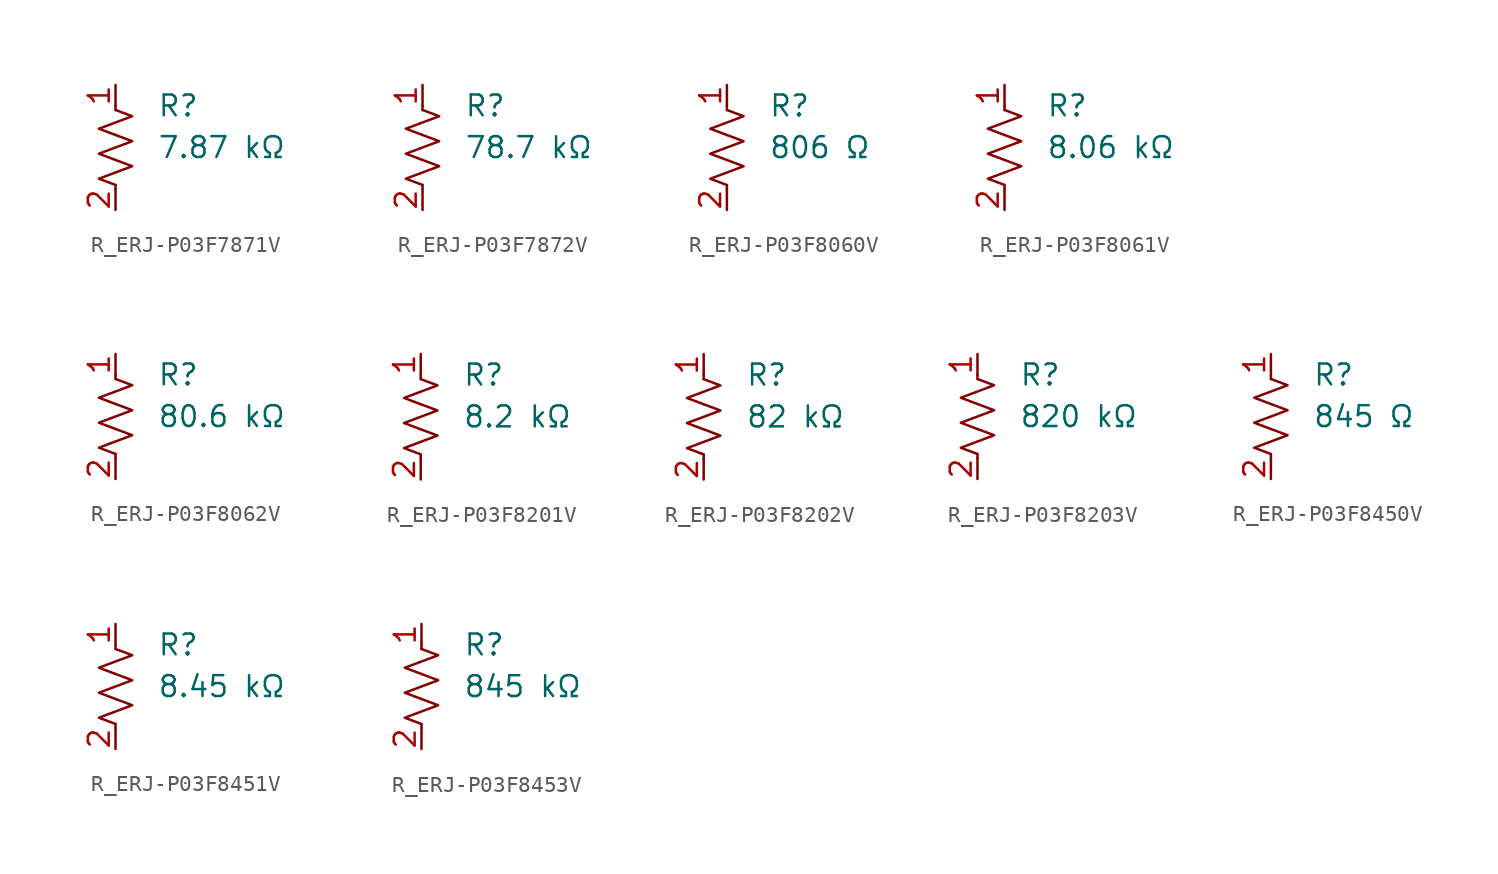
<source format=kicad_sym>
(kicad_symbol_lib
  (version 20231120)
  (generator "kicad_symbol_editor")
  (generator_version "8.0")
  (symbol "R_ERJ-P03F7871V"
    (pin_names
      (offset 0.254))
    (property "Value" "7.87 kΩ"
      (at 2.54 0 0)
      (effects (font (size 1.27 1.27)) (justify left)))
    (property "Reference" "R"
      (at 2.54 2.54 0)
      (effects (font (size 1.27 1.27)) (justify left)))
    (symbol "R_ERJ-P03F7871V_0_1"
      (polyline (pts (xy 0 -2.286) (xy 0 -2.54)) (stroke (width 0) (type default)) (fill (type none)))
      (polyline (pts (xy 0 2.286) (xy 0 2.54)) (stroke (width 0) (type default)) (fill (type none)))
      (polyline (pts (xy 0 -0.762) (xy 1.016 -1.143) (xy 0 -1.524) (xy -1.016 -1.905) (xy 0 -2.286)) (stroke (width 0) (type default)) (fill (type none)))
      (polyline (pts (xy 0 0.762) (xy 1.016 0.381) (xy 0 0) (xy -1.016 -0.381) (xy 0 -0.762)) (stroke (width 0) (type default)) (fill (type none)))
      (polyline (pts (xy 0 2.286) (xy 1.016 1.905) (xy 0 1.524) (xy -1.016 1.143) (xy 0 0.762)) (stroke (width 0) (type default)) (fill (type none))))
    (symbol "R_ERJ-P03F7871V_1_1"
      (pin passive line (at 0 3.81 270) (length 1.27) (name "~" (effects (font (size 1.27 1.27)))) (number "1" (effects (font (size 1.27 1.27)))))
      (pin passive line (at 0 -3.81 90) (length 1.27) (name "~" (effects (font (size 1.27 1.27)))) (number "2" (effects (font (size 1.27 1.27)))))))
  (symbol "R_ERJ-P03F7872V"
    (pin_names
      (offset 0.254))
    (property "Value" "78.7 kΩ"
      (at 2.54 0 0)
      (effects (font (size 1.27 1.27)) (justify left)))
    (property "Reference" "R"
      (at 2.54 2.54 0)
      (effects (font (size 1.27 1.27)) (justify left)))
    (symbol "R_ERJ-P03F7872V_0_1"
      (polyline (pts (xy 0 -2.286) (xy 0 -2.54)) (stroke (width 0) (type default)) (fill (type none)))
      (polyline (pts (xy 0 2.286) (xy 0 2.54)) (stroke (width 0) (type default)) (fill (type none)))
      (polyline (pts (xy 0 -0.762) (xy 1.016 -1.143) (xy 0 -1.524) (xy -1.016 -1.905) (xy 0 -2.286)) (stroke (width 0) (type default)) (fill (type none)))
      (polyline (pts (xy 0 0.762) (xy 1.016 0.381) (xy 0 0) (xy -1.016 -0.381) (xy 0 -0.762)) (stroke (width 0) (type default)) (fill (type none)))
      (polyline (pts (xy 0 2.286) (xy 1.016 1.905) (xy 0 1.524) (xy -1.016 1.143) (xy 0 0.762)) (stroke (width 0) (type default)) (fill (type none))))
    (symbol "R_ERJ-P03F7872V_1_1"
      (pin passive line (at 0 3.81 270) (length 1.27) (name "~" (effects (font (size 1.27 1.27)))) (number "1" (effects (font (size 1.27 1.27)))))
      (pin passive line (at 0 -3.81 90) (length 1.27) (name "~" (effects (font (size 1.27 1.27)))) (number "2" (effects (font (size 1.27 1.27)))))))
  (symbol "R_ERJ-P03F8060V"
    (pin_names
      (offset 0.254))
    (property "Value" "806 Ω"
      (at 2.54 0 0)
      (effects (font (size 1.27 1.27)) (justify left)))
    (property "Reference" "R"
      (at 2.54 2.54 0)
      (effects (font (size 1.27 1.27)) (justify left)))
    (symbol "R_ERJ-P03F8060V_0_1"
      (polyline (pts (xy 0 -2.286) (xy 0 -2.54)) (stroke (width 0) (type default)) (fill (type none)))
      (polyline (pts (xy 0 2.286) (xy 0 2.54)) (stroke (width 0) (type default)) (fill (type none)))
      (polyline (pts (xy 0 -0.762) (xy 1.016 -1.143) (xy 0 -1.524) (xy -1.016 -1.905) (xy 0 -2.286)) (stroke (width 0) (type default)) (fill (type none)))
      (polyline (pts (xy 0 0.762) (xy 1.016 0.381) (xy 0 0) (xy -1.016 -0.381) (xy 0 -0.762)) (stroke (width 0) (type default)) (fill (type none)))
      (polyline (pts (xy 0 2.286) (xy 1.016 1.905) (xy 0 1.524) (xy -1.016 1.143) (xy 0 0.762)) (stroke (width 0) (type default)) (fill (type none))))
    (symbol "R_ERJ-P03F8060V_1_1"
      (pin passive line (at 0 3.81 270) (length 1.27) (name "~" (effects (font (size 1.27 1.27)))) (number "1" (effects (font (size 1.27 1.27)))))
      (pin passive line (at 0 -3.81 90) (length 1.27) (name "~" (effects (font (size 1.27 1.27)))) (number "2" (effects (font (size 1.27 1.27)))))))
  (symbol "R_ERJ-P03F8061V"
    (pin_names
      (offset 0.254))
    (property "Value" "8.06 kΩ"
      (at 2.54 0 0)
      (effects (font (size 1.27 1.27)) (justify left)))
    (property "Reference" "R"
      (at 2.54 2.54 0)
      (effects (font (size 1.27 1.27)) (justify left)))
    (symbol "R_ERJ-P03F8061V_0_1"
      (polyline (pts (xy 0 -2.286) (xy 0 -2.54)) (stroke (width 0) (type default)) (fill (type none)))
      (polyline (pts (xy 0 2.286) (xy 0 2.54)) (stroke (width 0) (type default)) (fill (type none)))
      (polyline (pts (xy 0 -0.762) (xy 1.016 -1.143) (xy 0 -1.524) (xy -1.016 -1.905) (xy 0 -2.286)) (stroke (width 0) (type default)) (fill (type none)))
      (polyline (pts (xy 0 0.762) (xy 1.016 0.381) (xy 0 0) (xy -1.016 -0.381) (xy 0 -0.762)) (stroke (width 0) (type default)) (fill (type none)))
      (polyline (pts (xy 0 2.286) (xy 1.016 1.905) (xy 0 1.524) (xy -1.016 1.143) (xy 0 0.762)) (stroke (width 0) (type default)) (fill (type none))))
    (symbol "R_ERJ-P03F8061V_1_1"
      (pin passive line (at 0 3.81 270) (length 1.27) (name "~" (effects (font (size 1.27 1.27)))) (number "1" (effects (font (size 1.27 1.27)))))
      (pin passive line (at 0 -3.81 90) (length 1.27) (name "~" (effects (font (size 1.27 1.27)))) (number "2" (effects (font (size 1.27 1.27)))))))
  (symbol "R_ERJ-P03F8062V"
    (pin_names
      (offset 0.254))
    (property "Value" "80.6 kΩ"
      (at 2.54 0 0)
      (effects (font (size 1.27 1.27)) (justify left)))
    (property "Reference" "R"
      (at 2.54 2.54 0)
      (effects (font (size 1.27 1.27)) (justify left)))
    (symbol "R_ERJ-P03F8062V_0_1"
      (polyline (pts (xy 0 -2.286) (xy 0 -2.54)) (stroke (width 0) (type default)) (fill (type none)))
      (polyline (pts (xy 0 2.286) (xy 0 2.54)) (stroke (width 0) (type default)) (fill (type none)))
      (polyline (pts (xy 0 -0.762) (xy 1.016 -1.143) (xy 0 -1.524) (xy -1.016 -1.905) (xy 0 -2.286)) (stroke (width 0) (type default)) (fill (type none)))
      (polyline (pts (xy 0 0.762) (xy 1.016 0.381) (xy 0 0) (xy -1.016 -0.381) (xy 0 -0.762)) (stroke (width 0) (type default)) (fill (type none)))
      (polyline (pts (xy 0 2.286) (xy 1.016 1.905) (xy 0 1.524) (xy -1.016 1.143) (xy 0 0.762)) (stroke (width 0) (type default)) (fill (type none))))
    (symbol "R_ERJ-P03F8062V_1_1"
      (pin passive line (at 0 3.81 270) (length 1.27) (name "~" (effects (font (size 1.27 1.27)))) (number "1" (effects (font (size 1.27 1.27)))))
      (pin passive line (at 0 -3.81 90) (length 1.27) (name "~" (effects (font (size 1.27 1.27)))) (number "2" (effects (font (size 1.27 1.27)))))))
  (symbol "R_ERJ-P03F8201V"
    (pin_names
      (offset 0.254))
    (property "Value" "8.2 kΩ"
      (at 2.54 0 0)
      (effects (font (size 1.27 1.27)) (justify left)))
    (property "Reference" "R"
      (at 2.54 2.54 0)
      (effects (font (size 1.27 1.27)) (justify left)))
    (symbol "R_ERJ-P03F8201V_0_1"
      (polyline (pts (xy 0 -2.286) (xy 0 -2.54)) (stroke (width 0) (type default)) (fill (type none)))
      (polyline (pts (xy 0 2.286) (xy 0 2.54)) (stroke (width 0) (type default)) (fill (type none)))
      (polyline (pts (xy 0 -0.762) (xy 1.016 -1.143) (xy 0 -1.524) (xy -1.016 -1.905) (xy 0 -2.286)) (stroke (width 0) (type default)) (fill (type none)))
      (polyline (pts (xy 0 0.762) (xy 1.016 0.381) (xy 0 0) (xy -1.016 -0.381) (xy 0 -0.762)) (stroke (width 0) (type default)) (fill (type none)))
      (polyline (pts (xy 0 2.286) (xy 1.016 1.905) (xy 0 1.524) (xy -1.016 1.143) (xy 0 0.762)) (stroke (width 0) (type default)) (fill (type none))))
    (symbol "R_ERJ-P03F8201V_1_1"
      (pin passive line (at 0 3.81 270) (length 1.27) (name "~" (effects (font (size 1.27 1.27)))) (number "1" (effects (font (size 1.27 1.27)))))
      (pin passive line (at 0 -3.81 90) (length 1.27) (name "~" (effects (font (size 1.27 1.27)))) (number "2" (effects (font (size 1.27 1.27)))))))
  (symbol "R_ERJ-P03F8202V"
    (pin_names
      (offset 0.254))
    (property "Value" "82 kΩ"
      (at 2.54 0 0)
      (effects (font (size 1.27 1.27)) (justify left)))
    (property "Reference" "R"
      (at 2.54 2.54 0)
      (effects (font (size 1.27 1.27)) (justify left)))
    (symbol "R_ERJ-P03F8202V_0_1"
      (polyline (pts (xy 0 -2.286) (xy 0 -2.54)) (stroke (width 0) (type default)) (fill (type none)))
      (polyline (pts (xy 0 2.286) (xy 0 2.54)) (stroke (width 0) (type default)) (fill (type none)))
      (polyline (pts (xy 0 -0.762) (xy 1.016 -1.143) (xy 0 -1.524) (xy -1.016 -1.905) (xy 0 -2.286)) (stroke (width 0) (type default)) (fill (type none)))
      (polyline (pts (xy 0 0.762) (xy 1.016 0.381) (xy 0 0) (xy -1.016 -0.381) (xy 0 -0.762)) (stroke (width 0) (type default)) (fill (type none)))
      (polyline (pts (xy 0 2.286) (xy 1.016 1.905) (xy 0 1.524) (xy -1.016 1.143) (xy 0 0.762)) (stroke (width 0) (type default)) (fill (type none))))
    (symbol "R_ERJ-P03F8202V_1_1"
      (pin passive line (at 0 3.81 270) (length 1.27) (name "~" (effects (font (size 1.27 1.27)))) (number "1" (effects (font (size 1.27 1.27)))))
      (pin passive line (at 0 -3.81 90) (length 1.27) (name "~" (effects (font (size 1.27 1.27)))) (number "2" (effects (font (size 1.27 1.27)))))))
  (symbol "R_ERJ-P03F8203V"
    (pin_names
      (offset 0.254))
    (property "Value" "820 kΩ"
      (at 2.54 0 0)
      (effects (font (size 1.27 1.27)) (justify left)))
    (property "Reference" "R"
      (at 2.54 2.54 0)
      (effects (font (size 1.27 1.27)) (justify left)))
    (symbol "R_ERJ-P03F8203V_0_1"
      (polyline (pts (xy 0 -2.286) (xy 0 -2.54)) (stroke (width 0) (type default)) (fill (type none)))
      (polyline (pts (xy 0 2.286) (xy 0 2.54)) (stroke (width 0) (type default)) (fill (type none)))
      (polyline (pts (xy 0 -0.762) (xy 1.016 -1.143) (xy 0 -1.524) (xy -1.016 -1.905) (xy 0 -2.286)) (stroke (width 0) (type default)) (fill (type none)))
      (polyline (pts (xy 0 0.762) (xy 1.016 0.381) (xy 0 0) (xy -1.016 -0.381) (xy 0 -0.762)) (stroke (width 0) (type default)) (fill (type none)))
      (polyline (pts (xy 0 2.286) (xy 1.016 1.905) (xy 0 1.524) (xy -1.016 1.143) (xy 0 0.762)) (stroke (width 0) (type default)) (fill (type none))))
    (symbol "R_ERJ-P03F8203V_1_1"
      (pin passive line (at 0 3.81 270) (length 1.27) (name "~" (effects (font (size 1.27 1.27)))) (number "1" (effects (font (size 1.27 1.27)))))
      (pin passive line (at 0 -3.81 90) (length 1.27) (name "~" (effects (font (size 1.27 1.27)))) (number "2" (effects (font (size 1.27 1.27)))))))
  (symbol "R_ERJ-P03F8450V"
    (pin_names
      (offset 0.254))
    (property "Value" "845 Ω"
      (at 2.54 0 0)
      (effects (font (size 1.27 1.27)) (justify left)))
    (property "Reference" "R"
      (at 2.54 2.54 0)
      (effects (font (size 1.27 1.27)) (justify left)))
    (symbol "R_ERJ-P03F8450V_0_1"
      (polyline (pts (xy 0 -2.286) (xy 0 -2.54)) (stroke (width 0) (type default)) (fill (type none)))
      (polyline (pts (xy 0 2.286) (xy 0 2.54)) (stroke (width 0) (type default)) (fill (type none)))
      (polyline (pts (xy 0 -0.762) (xy 1.016 -1.143) (xy 0 -1.524) (xy -1.016 -1.905) (xy 0 -2.286)) (stroke (width 0) (type default)) (fill (type none)))
      (polyline (pts (xy 0 0.762) (xy 1.016 0.381) (xy 0 0) (xy -1.016 -0.381) (xy 0 -0.762)) (stroke (width 0) (type default)) (fill (type none)))
      (polyline (pts (xy 0 2.286) (xy 1.016 1.905) (xy 0 1.524) (xy -1.016 1.143) (xy 0 0.762)) (stroke (width 0) (type default)) (fill (type none))))
    (symbol "R_ERJ-P03F8450V_1_1"
      (pin passive line (at 0 3.81 270) (length 1.27) (name "~" (effects (font (size 1.27 1.27)))) (number "1" (effects (font (size 1.27 1.27)))))
      (pin passive line (at 0 -3.81 90) (length 1.27) (name "~" (effects (font (size 1.27 1.27)))) (number "2" (effects (font (size 1.27 1.27)))))))
  (symbol "R_ERJ-P03F8451V"
    (pin_names
      (offset 0.254))
    (property "Value" "8.45 kΩ"
      (at 2.54 0 0)
      (effects (font (size 1.27 1.27)) (justify left)))
    (property "Reference" "R"
      (at 2.54 2.54 0)
      (effects (font (size 1.27 1.27)) (justify left)))
    (symbol "R_ERJ-P03F8451V_0_1"
      (polyline (pts (xy 0 -2.286) (xy 0 -2.54)) (stroke (width 0) (type default)) (fill (type none)))
      (polyline (pts (xy 0 2.286) (xy 0 2.54)) (stroke (width 0) (type default)) (fill (type none)))
      (polyline (pts (xy 0 -0.762) (xy 1.016 -1.143) (xy 0 -1.524) (xy -1.016 -1.905) (xy 0 -2.286)) (stroke (width 0) (type default)) (fill (type none)))
      (polyline (pts (xy 0 0.762) (xy 1.016 0.381) (xy 0 0) (xy -1.016 -0.381) (xy 0 -0.762)) (stroke (width 0) (type default)) (fill (type none)))
      (polyline (pts (xy 0 2.286) (xy 1.016 1.905) (xy 0 1.524) (xy -1.016 1.143) (xy 0 0.762)) (stroke (width 0) (type default)) (fill (type none))))
    (symbol "R_ERJ-P03F8451V_1_1"
      (pin passive line (at 0 3.81 270) (length 1.27) (name "~" (effects (font (size 1.27 1.27)))) (number "1" (effects (font (size 1.27 1.27)))))
      (pin passive line (at 0 -3.81 90) (length 1.27) (name "~" (effects (font (size 1.27 1.27)))) (number "2" (effects (font (size 1.27 1.27)))))))
  (symbol "R_ERJ-P03F8453V"
    (pin_names
      (offset 0.254))
    (property "Value" "845 kΩ"
      (at 2.54 0 0)
      (effects (font (size 1.27 1.27)) (justify left)))
    (property "Reference" "R"
      (at 2.54 2.54 0)
      (effects (font (size 1.27 1.27)) (justify left)))
    (symbol "R_ERJ-P03F8453V_0_1"
      (polyline (pts (xy 0 -2.286) (xy 0 -2.54)) (stroke (width 0) (type default)) (fill (type none)))
      (polyline (pts (xy 0 2.286) (xy 0 2.54)) (stroke (width 0) (type default)) (fill (type none)))
      (polyline (pts (xy 0 -0.762) (xy 1.016 -1.143) (xy 0 -1.524) (xy -1.016 -1.905) (xy 0 -2.286)) (stroke (width 0) (type default)) (fill (type none)))
      (polyline (pts (xy 0 0.762) (xy 1.016 0.381) (xy 0 0) (xy -1.016 -0.381) (xy 0 -0.762)) (stroke (width 0) (type default)) (fill (type none)))
      (polyline (pts (xy 0 2.286) (xy 1.016 1.905) (xy 0 1.524) (xy -1.016 1.143) (xy 0 0.762)) (stroke (width 0) (type default)) (fill (type none))))
    (symbol "R_ERJ-P03F8453V_1_1"
      (pin passive line (at 0 3.81 270) (length 1.27) (name "~" (effects (font (size 1.27 1.27)))) (number "1" (effects (font (size 1.27 1.27)))))
      (pin passive line (at 0 -3.81 90) (length 1.27) (name "~" (effects (font (size 1.27 1.27)))) (number "2" (effects (font (size 1.27 1.27))))))))
</source>
